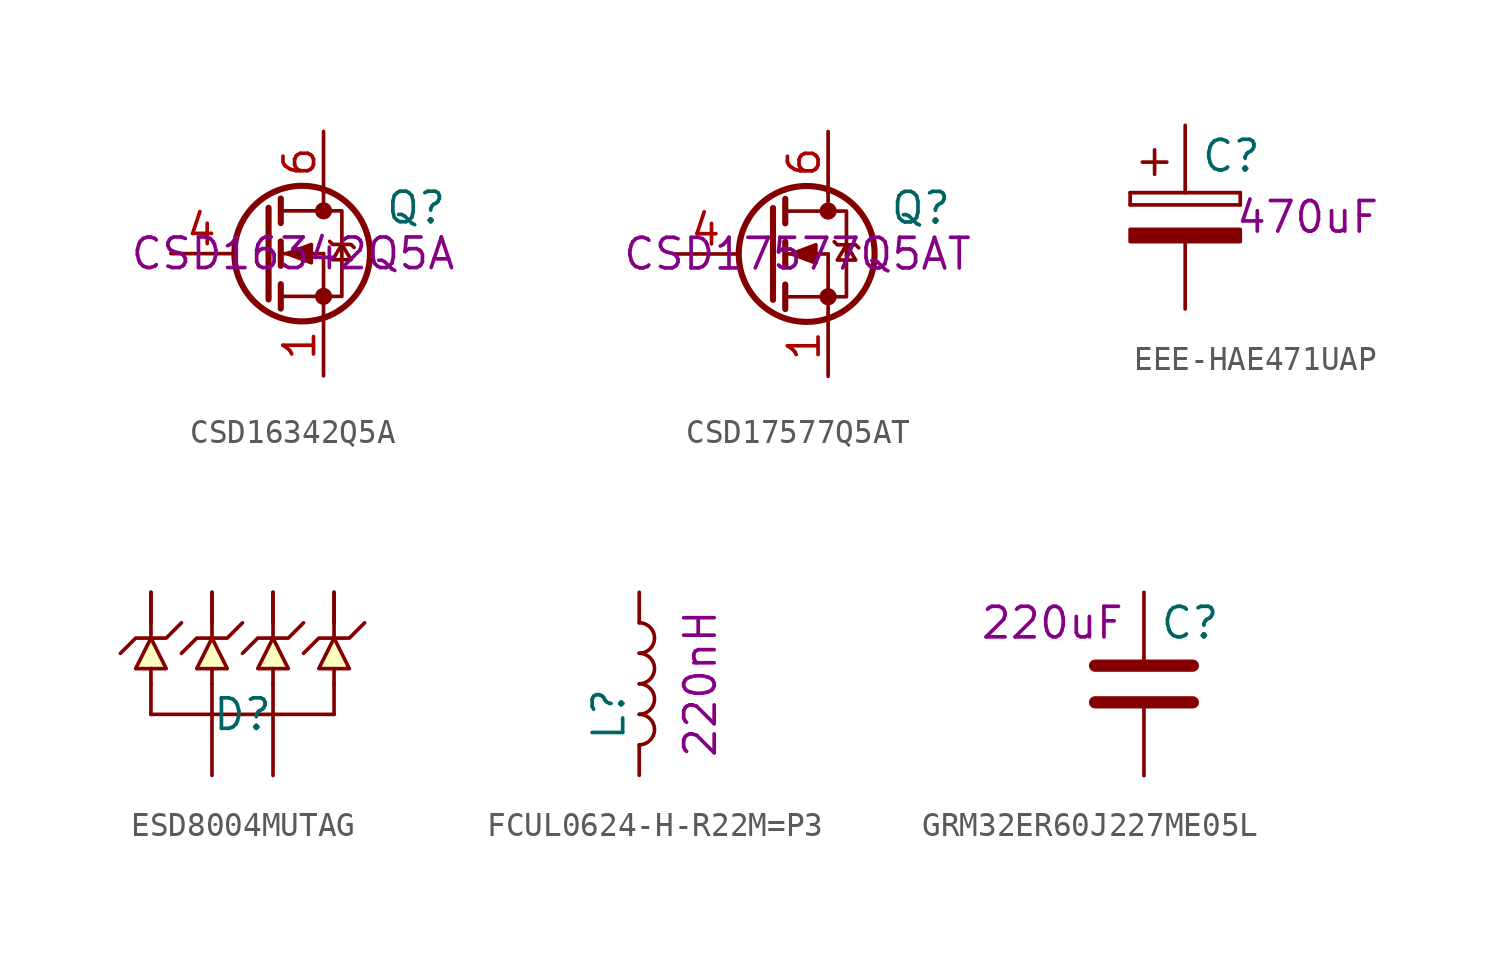
<source format=kicad_sym>
(kicad_symbol_lib
  (version 20210619)
  (generator kicad_symbol_editor)
  (symbol "eval-board-1_buck-regulator:CSD16342Q5A"
    (pin_names
      (offset 0) hide)
    (property "Reference" "Q"
      (at 2.54 1.905 0)
      (effects (font (size 1.27 1.27)) (justify left)))
    (property "id" "CSD16342Q5A"
      (at -1.27 0 0)
      (effects (font (size 1.27 1.27))))
    (symbol "CSD16342Q5A_0_0"
      (pin input line (at -6.35 0 0) (length 2.54) (name "G" (effects (font (size 1.27 1.27)))) (number "4" (effects (font (size 1.27 1.27)))))
      (pin passive line (at 0 5.08 270) (length 2.54) hide (name "D" (effects (font (size 1.27 1.27)))) (number "5" (effects (font (size 1.27 1.27)))))
      (pin passive line (at 0 5.08 270) (length 2.54) (name "D" (effects (font (size 1.27 1.27)))) (number "6" (effects (font (size 1.27 1.27)))))
      (pin passive line (at 0 5.08 270) (length 2.54) hide (name "D" (effects (font (size 1.27 1.27)))) (number "7" (effects (font (size 1.27 1.27)))))
      (pin passive line (at 0 5.08 270) (length 2.54) hide (name "D" (effects (font (size 1.27 1.27)))) (number "8" (effects (font (size 1.27 1.27))))))
    (symbol "CSD16342Q5A_0_1"
      (circle (center -0.889 0) (radius 2.819) (stroke (width 0.254)) (fill (type none)))
      (circle (center 0 -1.778) (radius 0.279) (stroke (width 0)) (fill (type outline)))
      (circle (center 0 1.778) (radius 0.279) (stroke (width 0)) (fill (type outline)))
      (polyline (pts (xy -1.778 -1.778) (xy 0 -1.778)) (stroke (width 0)) (fill (type none)))
      (polyline (pts (xy -1.778 -1.27) (xy -1.778 -2.286)) (stroke (width 0.254)) (fill (type none)))
      (polyline (pts (xy -1.778 0) (xy 0 0)) (stroke (width 0)) (fill (type none)))
      (polyline (pts (xy -1.778 0.508) (xy -1.778 -0.508)) (stroke (width 0.254)) (fill (type none)))
      (polyline (pts (xy -1.778 1.778) (xy 0 1.778)) (stroke (width 0)) (fill (type none)))
      (polyline (pts (xy -1.778 2.286) (xy -1.778 1.27)) (stroke (width 0.254)) (fill (type none)))
      (polyline (pts (xy 0 -1.778) (xy 0 -2.54)) (stroke (width 0)) (fill (type none)))
      (polyline (pts (xy 0 -1.778) (xy 0 0)) (stroke (width 0)) (fill (type none)))
      (polyline (pts (xy 0 2.54) (xy 0 1.778)) (stroke (width 0)) (fill (type none)))
      (polyline (pts (xy -2.286 1.905) (xy -2.286 -1.905) (xy -2.286 -1.905)) (stroke (width 0.254)) (fill (type none)))
      (polyline (pts (xy 0 -1.778) (xy 0.762 -1.778) (xy 0.762 1.778) (xy 0 1.778)) (stroke (width 0)) (fill (type none)))
      (polyline (pts (xy 0.254 0.508) (xy 0.381 0.381) (xy 1.143 0.381) (xy 1.27 0.254)) (stroke (width 0)) (fill (type none)))
      (polyline (pts (xy 0.762 0.381) (xy 0.381 -0.254) (xy 1.143 -0.254) (xy 0.762 0.381)) (stroke (width 0)) (fill (type none)))
      (polyline (pts (xy -1.524 0) (xy -0.508 0.381) (xy -0.508 -0.381) (xy -1.524 0)) (stroke (width 0)) (fill (type outline))))
    (symbol "CSD16342Q5A_1_1"
      (pin passive line (at 0 -5.08 90) (length 2.54) (name "S" (effects (font (size 1.27 1.27)))) (number "1" (effects (font (size 1.27 1.27)))))
      (pin passive line (at 0 -5.08 90) (length 2.54) hide (name "S" (effects (font (size 1.27 1.27)))) (number "2" (effects (font (size 1.27 1.27)))))
      (pin passive line (at 0 -5.08 90) (length 2.54) hide (name "S" (effects (font (size 1.27 1.27)))) (number "3" (effects (font (size 1.27 1.27)))))))
  (symbol "eval-board-1_buck-regulator:CSD17577Q5AT"
    (pin_names
      (offset 0) hide)
    (property "Reference" "Q"
      (at 2.54 1.905 0)
      (effects (font (size 1.27 1.27)) (justify left)))
    (property "id" "CSD17577Q5AT"
      (at -1.27 0 0)
      (effects (font (size 1.27 1.27))))
    (symbol "CSD17577Q5AT_0_0"
      (pin input line (at -6.35 0 0) (length 2.54) (name "G" (effects (font (size 1.27 1.27)))) (number "4" (effects (font (size 1.27 1.27)))))
      (pin passive line (at 0 5.08 270) (length 2.54) hide (name "D" (effects (font (size 1.27 1.27)))) (number "5" (effects (font (size 1.27 1.27)))))
      (pin passive line (at 0 5.08 270) (length 2.54) (name "D" (effects (font (size 1.27 1.27)))) (number "6" (effects (font (size 1.27 1.27)))))
      (pin passive line (at 0 5.08 270) (length 2.54) hide (name "D" (effects (font (size 1.27 1.27)))) (number "7" (effects (font (size 1.27 1.27)))))
      (pin passive line (at 0 5.08 270) (length 2.54) hide (name "D" (effects (font (size 1.27 1.27)))) (number "8" (effects (font (size 1.27 1.27))))))
    (symbol "CSD17577Q5AT_0_1"
      (circle (center -0.889 0) (radius 2.819) (stroke (width 0.254)) (fill (type none)))
      (circle (center 0 -1.778) (radius 0.279) (stroke (width 0)) (fill (type outline)))
      (circle (center 0 1.778) (radius 0.279) (stroke (width 0)) (fill (type outline)))
      (polyline (pts (xy -1.778 -1.778) (xy 0 -1.778)) (stroke (width 0)) (fill (type none)))
      (polyline (pts (xy -1.778 -1.27) (xy -1.778 -2.286)) (stroke (width 0.254)) (fill (type none)))
      (polyline (pts (xy -1.778 0) (xy 0 0)) (stroke (width 0)) (fill (type none)))
      (polyline (pts (xy -1.778 0.508) (xy -1.778 -0.508)) (stroke (width 0.254)) (fill (type none)))
      (polyline (pts (xy -1.778 1.778) (xy 0 1.778)) (stroke (width 0)) (fill (type none)))
      (polyline (pts (xy -1.778 2.286) (xy -1.778 1.27)) (stroke (width 0.254)) (fill (type none)))
      (polyline (pts (xy 0 -1.778) (xy 0 -2.54)) (stroke (width 0)) (fill (type none)))
      (polyline (pts (xy 0 -1.778) (xy 0 0)) (stroke (width 0)) (fill (type none)))
      (polyline (pts (xy 0 2.54) (xy 0 1.778)) (stroke (width 0)) (fill (type none)))
      (polyline (pts (xy -2.286 1.905) (xy -2.286 -1.905) (xy -2.286 -1.905)) (stroke (width 0.254)) (fill (type none)))
      (polyline (pts (xy 0 -1.778) (xy 0.762 -1.778) (xy 0.762 1.778) (xy 0 1.778)) (stroke (width 0)) (fill (type none)))
      (polyline (pts (xy 0.254 0.508) (xy 0.381 0.381) (xy 1.143 0.381) (xy 1.27 0.254)) (stroke (width 0)) (fill (type none)))
      (polyline (pts (xy 0.762 0.381) (xy 0.381 -0.254) (xy 1.143 -0.254) (xy 0.762 0.381)) (stroke (width 0)) (fill (type none)))
      (polyline (pts (xy -1.524 0) (xy -0.508 0.381) (xy -0.508 -0.381) (xy -1.524 0)) (stroke (width 0)) (fill (type outline))))
    (symbol "CSD17577Q5AT_1_1"
      (pin passive line (at 0 -5.08 90) (length 2.54) (name "S" (effects (font (size 1.27 1.27)))) (number "1" (effects (font (size 1.27 1.27)))))
      (pin passive line (at 0 -5.08 90) (length 2.54) hide (name "S" (effects (font (size 1.27 1.27)))) (number "2" (effects (font (size 1.27 1.27)))))
      (pin passive line (at 0 -5.08 90) (length 2.54) hide (name "S" (effects (font (size 1.27 1.27)))) (number "3" (effects (font (size 1.27 1.27)))))))
  (symbol "eval-board-1_buck-regulator:EEE-HAE471UAP"
    (pin_numbers hide)
    (pin_names
      (offset 0.254))
    (property "Reference" "C"
      (at 0.635 2.54 0)
      (effects (font (size 1.27 1.27)) (justify left)))
    (property "id" "470uF"
      (at 5.08 0 0)
      (effects (font (size 1.27 1.27))))
    (symbol "EEE-HAE471UAP_0_1"
      (rectangle (start -2.286 0.508) (end -2.286 1.016) (stroke (width 0)) (fill (type none)))
      (rectangle (start -2.286 0.508) (end 2.286 0.508) (stroke (width 0)) (fill (type none)))
      (rectangle (start 2.286 1.016) (end -2.286 1.016) (stroke (width 0)) (fill (type none)))
      (rectangle (start 2.286 1.016) (end 2.286 0.508) (stroke (width 0)) (fill (type none)))
      (rectangle (start 2.286 -0.508) (end -2.286 -1.016) (stroke (width 0)) (fill (type outline)))
      (polyline (pts (xy -1.778 2.286) (xy -0.762 2.286)) (stroke (width 0)) (fill (type none)))
      (polyline (pts (xy -1.27 2.794) (xy -1.27 1.778)) (stroke (width 0)) (fill (type none))))
    (symbol "EEE-HAE471UAP_1_1"
      (pin passive line (at 0 3.81 270) (length 2.794) (name "~" (effects (font (size 1.27 1.27)))) (number "1" (effects (font (size 1.27 1.27)))))
      (pin passive line (at 0 -3.81 90) (length 2.794) (name "~" (effects (font (size 1.27 1.27)))) (number "2" (effects (font (size 1.27 1.27)))))))
  (symbol "eval-board-1_buck-regulator:ESD8004MUTAG"
    (pin_numbers hide)
    (pin_names
      (offset 1.016) hide)
    (property "Reference" "D"
      (at 0 0 0)
      (effects (font (size 1.27 1.27))))
    (symbol "ESD8004MUTAG_0_1"
      (polyline (pts (xy -3.81 0) (xy 3.81 0)) (stroke (width 0)) (fill (type none)))
      (polyline (pts (xy -3.81 1.27) (xy -3.81 0)) (stroke (width 0)) (fill (type none)))
      (polyline (pts (xy -3.81 1.905) (xy -3.81 1.27)) (stroke (width 0)) (fill (type none)))
      (polyline (pts (xy -3.81 3.175) (xy -3.81 3.81)) (stroke (width 0)) (fill (type none)))
      (polyline (pts (xy 1.27 1.27) (xy 1.27 0)) (stroke (width 0)) (fill (type none)))
      (polyline (pts (xy 1.27 1.905) (xy 1.27 1.27)) (stroke (width 0)) (fill (type none)))
      (polyline (pts (xy 1.27 3.175) (xy 1.27 3.81)) (stroke (width 0)) (fill (type none)))
      (polyline (pts (xy -3.81 3.175) (xy -4.445 3.175) (xy -5.08 2.54)) (stroke (width 0)) (fill (type none)))
      (polyline (pts (xy -3.81 3.175) (xy -3.175 3.175) (xy -2.54 3.81)) (stroke (width 0)) (fill (type none)))
      (polyline (pts (xy 1.27 3.175) (xy 0.635 3.175) (xy 0 2.54)) (stroke (width 0)) (fill (type none)))
      (polyline (pts (xy 1.27 3.175) (xy 1.905 3.175) (xy 2.54 3.81)) (stroke (width 0)) (fill (type none)))
      (polyline (pts (xy -3.81 3.175) (xy -4.445 1.905) (xy -3.175 1.905) (xy -3.81 3.175)) (stroke (width 0)) (fill (type background)))
      (polyline (pts (xy 1.27 3.175) (xy 0.635 1.905) (xy 1.905 1.905) (xy 1.27 3.175)) (stroke (width 0)) (fill (type background))))
    (symbol "ESD8004MUTAG_1_1"
      (polyline (pts (xy -1.27 1.27) (xy -1.27 0)) (stroke (width 0)) (fill (type none)))
      (polyline (pts (xy -1.27 1.905) (xy -1.27 1.27)) (stroke (width 0)) (fill (type none)))
      (polyline (pts (xy -1.27 3.175) (xy -1.27 3.81)) (stroke (width 0)) (fill (type none)))
      (polyline (pts (xy 3.81 1.27) (xy 3.81 0)) (stroke (width 0)) (fill (type none)))
      (polyline (pts (xy 3.81 1.905) (xy 3.81 1.27)) (stroke (width 0)) (fill (type none)))
      (polyline (pts (xy 3.81 3.175) (xy 3.81 3.81)) (stroke (width 0)) (fill (type none)))
      (polyline (pts (xy -1.27 3.175) (xy -1.905 3.175) (xy -2.54 2.54)) (stroke (width 0)) (fill (type none)))
      (polyline (pts (xy -1.27 3.175) (xy -0.635 3.175) (xy 0 3.81)) (stroke (width 0)) (fill (type none)))
      (polyline (pts (xy 3.81 3.175) (xy 3.175 3.175) (xy 2.54 2.54)) (stroke (width 0)) (fill (type none)))
      (polyline (pts (xy 3.81 3.175) (xy 4.445 3.175) (xy 5.08 3.81)) (stroke (width 0)) (fill (type none)))
      (polyline (pts (xy -1.27 3.175) (xy -1.905 1.905) (xy -0.635 1.905) (xy -1.27 3.175)) (stroke (width 0)) (fill (type background)))
      (polyline (pts (xy 3.81 3.175) (xy 3.175 1.905) (xy 4.445 1.905) (xy 3.81 3.175)) (stroke (width 0)) (fill (type background)))
      (pin passive line (at -3.81 5.08 270) (length 1.27) (name "~" (effects (font (size 1.27 1.27)))) (number "1" (effects (font (size 1.27 1.27)))))
      (pin passive line (at -3.81 5.08 270) (length 1.27) (name "~" (effects (font (size 1.27 1.27)))) (number "10" (effects (font (size 1.27 1.27)))))
      (pin passive line (at -1.27 5.08 270) (length 1.27) (name "~" (effects (font (size 1.27 1.27)))) (number "2" (effects (font (size 1.27 1.27)))))
      (pin passive line (at -1.27 -2.54 90) (length 2.54) (name "~" (effects (font (size 1.27 1.27)))) (number "3" (effects (font (size 1.27 1.27)))))
      (pin passive line (at 1.27 5.08 270) (length 1.27) (name "~" (effects (font (size 1.27 1.27)))) (number "4" (effects (font (size 1.27 1.27)))))
      (pin passive line (at 3.81 5.08 270) (length 1.27) (name "~" (effects (font (size 1.27 1.27)))) (number "5" (effects (font (size 1.27 1.27)))))
      (pin passive line (at 3.81 5.08 270) (length 1.27) (name "~" (effects (font (size 1.27 1.27)))) (number "6" (effects (font (size 1.27 1.27)))))
      (pin passive line (at 1.27 5.08 270) (length 1.27) (name "~" (effects (font (size 1.27 1.27)))) (number "7" (effects (font (size 1.27 1.27)))))
      (pin passive line (at 1.27 -2.54 90) (length 2.54) (name "~" (effects (font (size 1.27 1.27)))) (number "8" (effects (font (size 1.27 1.27)))))
      (pin passive line (at -1.27 5.08 270) (length 1.27) (name "~" (effects (font (size 1.27 1.27)))) (number "9" (effects (font (size 1.27 1.27)))))))
  (symbol "eval-board-1_buck-regulator:FCUL0624-H-R22M=P3"
    (pin_numbers hide)
    (pin_names
      (offset 1.016) hide)
    (property "Reference" "L"
      (at -1.27 -1.27 90)
      (effects (font (size 1.27 1.27))))
    (property "id" "220nH"
      (at 2.54 0 90)
      (effects (font (size 1.27 1.27))))
    (symbol "FCUL0624-H-R22M=P3_0_1"
      (arc (start 0 -2.54) (end 0 -1.27) (radius (at 0 -1.905) (length 0.635) (angles -89.9 89.9)) (stroke (width 0)) (fill (type none)))
      (arc (start 0 -1.27) (end 0 0) (radius (at 0 -0.635) (length 0.635) (angles -89.9 89.9)) (stroke (width 0)) (fill (type none)))
      (arc (start 0 0) (end 0 1.27) (radius (at 0 0.635) (length 0.635) (angles -89.9 89.9)) (stroke (width 0)) (fill (type none)))
      (arc (start 0 1.27) (end 0 2.54) (radius (at 0 1.905) (length 0.635) (angles -89.9 89.9)) (stroke (width 0)) (fill (type none))))
    (symbol "FCUL0624-H-R22M=P3_1_1"
      (pin passive line (at 0 3.81 270) (length 1.27) (name "1" (effects (font (size 1.27 1.27)))) (number "1" (effects (font (size 1.27 1.27)))))
      (pin passive line (at 0 -3.81 90) (length 1.27) (name "2" (effects (font (size 1.27 1.27)))) (number "2" (effects (font (size 1.27 1.27)))))))
  (symbol "eval-board-1_buck-regulator:GRM32ER60J227ME05L"
    (pin_numbers hide)
    (pin_names
      (offset 0.254))
    (property "Reference" "C"
      (at 0.635 2.54 0)
      (effects (font (size 1.27 1.27)) (justify left)))
    (property "id" "220uF"
      (at -3.81 2.54 0)
      (effects (font (size 1.27 1.27))))
    (symbol "GRM32ER60J227ME05L_0_1"
      (polyline (pts (xy -2.032 -0.762) (xy 2.032 -0.762)) (stroke (width 0.508)) (fill (type none)))
      (polyline (pts (xy -2.032 0.762) (xy 2.032 0.762)) (stroke (width 0.508)) (fill (type none))))
    (symbol "GRM32ER60J227ME05L_1_1"
      (pin passive line (at 0 3.81 270) (length 2.794) (name "~" (effects (font (size 1.27 1.27)))) (number "1" (effects (font (size 1.27 1.27)))))
      (pin passive line (at 0 -3.81 90) (length 2.794) (name "~" (effects (font (size 1.27 1.27)))) (number "2" (effects (font (size 1.27 1.27))))))))
</source>
